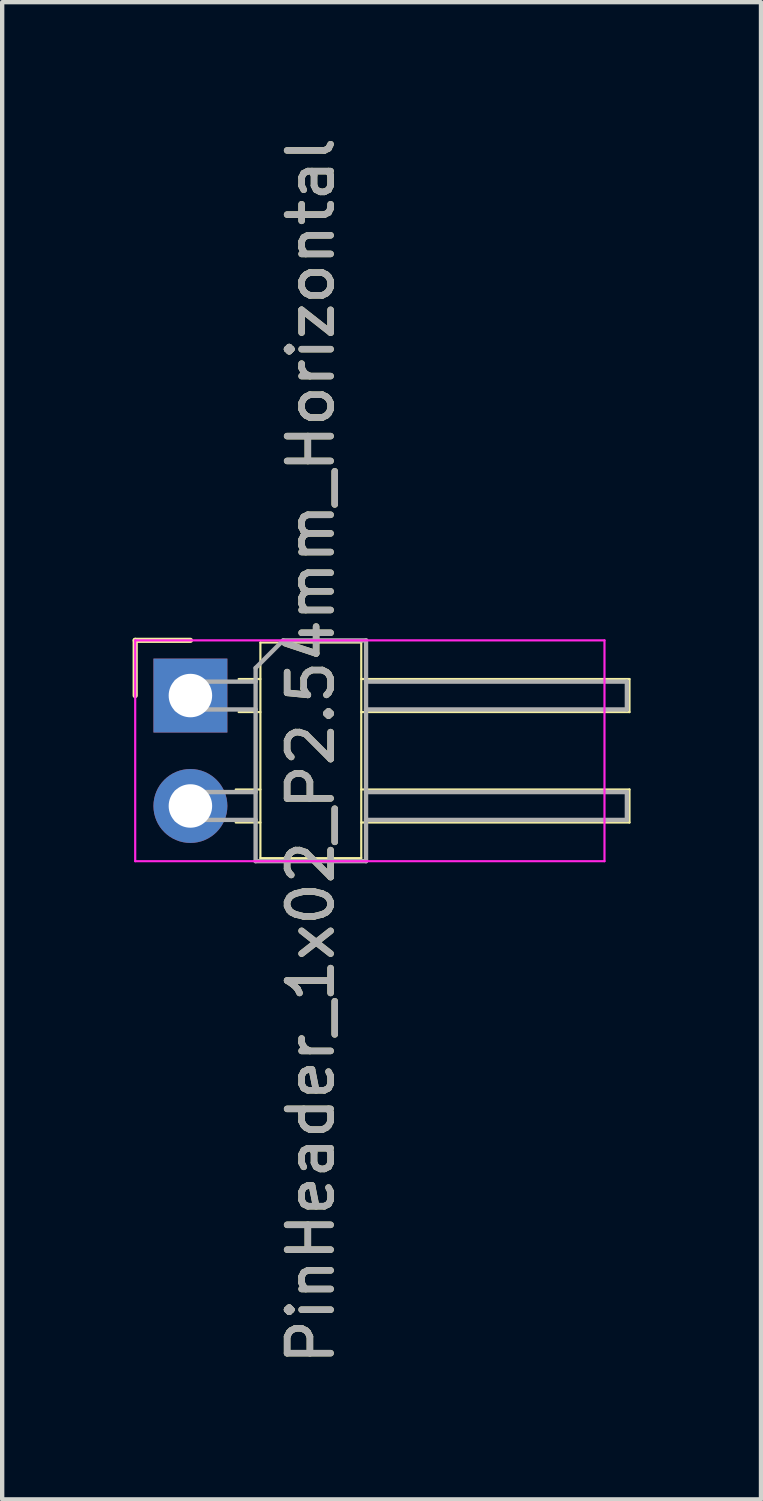
<source format=kicad_pcb>
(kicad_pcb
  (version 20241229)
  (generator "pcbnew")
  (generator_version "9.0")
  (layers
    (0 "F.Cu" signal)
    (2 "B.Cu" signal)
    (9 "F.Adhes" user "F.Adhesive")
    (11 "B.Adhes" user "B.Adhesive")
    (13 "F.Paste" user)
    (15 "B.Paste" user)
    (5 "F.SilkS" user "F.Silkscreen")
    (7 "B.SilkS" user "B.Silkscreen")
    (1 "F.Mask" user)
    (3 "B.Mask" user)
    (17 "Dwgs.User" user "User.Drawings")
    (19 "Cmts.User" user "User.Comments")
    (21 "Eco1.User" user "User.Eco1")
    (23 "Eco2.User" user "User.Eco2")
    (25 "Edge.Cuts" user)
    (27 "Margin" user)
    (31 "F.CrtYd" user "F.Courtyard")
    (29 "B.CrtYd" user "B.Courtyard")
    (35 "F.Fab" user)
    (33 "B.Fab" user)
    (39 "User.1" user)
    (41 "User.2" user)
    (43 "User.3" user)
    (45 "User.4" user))
  (footprint "PinHeader_1x02_P2.54mm_Horizontal"
    (layer "F.Cu")
    (at 1.33 12.95)
    (property "Reference" "PinHeader_1x02_P2.54mm_Horizontal" (at 2.77 1.27 90) (layer "F.SilkS") (effects (font (size 1 1) (thickness 0.15))))
    (attr through_hole)
    (fp_line (start -1.27 -1.27) (end 0 -1.27) (stroke (width 0.12) (type solid)) (layer "F.SilkS"))
    (fp_line (start -1.27 0) (end -1.27 -1.27) (stroke (width 0.12) (type solid)) (layer "F.SilkS"))
    (fp_line (start 1.043 2.16) (end 1.61 2.16) (stroke (width 0.05) (type solid)) (layer "F.SilkS"))
    (fp_line (start 1.043 2.92) (end 1.61 2.92) (stroke (width 0.05) (type solid)) (layer "F.SilkS"))
    (fp_line (start 1.11 -0.38) (end 1.61 -0.38) (stroke (width 0.05) (type solid)) (layer "F.SilkS"))
    (fp_line (start 1.11 0.38) (end 1.61 0.38) (stroke (width 0.05) (type solid)) (layer "F.SilkS"))
    (fp_line (start 1.61 -1.22) (end 1.61 3.74) (stroke (width 0.05) (type solid)) (layer "F.SilkS"))
    (fp_line (start 1.61 3.74) (end 3.93 3.74) (stroke (width 0.05) (type solid)) (layer "F.SilkS"))
    (fp_line (start 3.93 -1.22) (end 1.61 -1.22) (stroke (width 0.05) (type solid)) (layer "F.SilkS"))
    (fp_line (start 3.93 -0.38) (end 10.1 -0.38) (stroke (width 0.05) (type solid)) (layer "F.SilkS"))
    (fp_line (start 3.93 2.16) (end 10.1 2.16) (stroke (width 0.05) (type solid)) (layer "F.SilkS"))
    (fp_line (start 3.93 3.74) (end 3.93 -1.22) (stroke (width 0.05) (type solid)) (layer "F.SilkS"))
    (fp_line (start 10.1 -0.38) (end 10.1 0.38) (stroke (width 0.05) (type solid)) (layer "F.SilkS"))
    (fp_line (start 10.1 0.38) (end 3.93 0.38) (stroke (width 0.05) (type solid)) (layer "F.SilkS"))
    (fp_line (start 10.1 2.16) (end 10.1 2.92) (stroke (width 0.05) (type solid)) (layer "F.SilkS"))
    (fp_line (start 10.1 2.92) (end 3.93 2.92) (stroke (width 0.05) (type solid)) (layer "F.SilkS"))
    (fp_line (start -1.27 -1.27) (end -1.27 3.81) (stroke (width 0.05) (type solid)) (layer "F.CrtYd"))
    (fp_line (start -1.27 3.81) (end 9.525 3.81) (stroke (width 0.05) (type solid)) (layer "F.CrtYd"))
    (fp_line (start 9.525 -1.27) (end -1.27 -1.27) (stroke (width 0.05) (type solid)) (layer "F.CrtYd"))
    (fp_line (start 9.525 3.81) (end 9.525 -1.27) (stroke (width 0.05) (type solid)) (layer "F.CrtYd"))
    (fp_line (start -0.32 -0.32) (end -0.32 0.32) (stroke (width 0.1) (type solid)) (layer "F.Fab"))
    (fp_line (start -0.32 -0.32) (end 1.5 -0.32) (stroke (width 0.1) (type solid)) (layer "F.Fab"))
    (fp_line (start -0.32 0.32) (end 1.5 0.32) (stroke (width 0.1) (type solid)) (layer "F.Fab"))
    (fp_line (start -0.32 2.22) (end -0.32 2.86) (stroke (width 0.1) (type solid)) (layer "F.Fab"))
    (fp_line (start -0.32 2.22) (end 1.5 2.22) (stroke (width 0.1) (type solid)) (layer "F.Fab"))
    (fp_line (start -0.32 2.86) (end 1.5 2.86) (stroke (width 0.1) (type solid)) (layer "F.Fab"))
    (fp_line (start 1.5 -0.635) (end 2.135 -1.27) (stroke (width 0.1) (type solid)) (layer "F.Fab"))
    (fp_line (start 1.5 3.81) (end 1.5 -0.635) (stroke (width 0.1) (type solid)) (layer "F.Fab"))
    (fp_line (start 2.135 -1.27) (end 4.04 -1.27) (stroke (width 0.1) (type solid)) (layer "F.Fab"))
    (fp_line (start 4.04 -1.27) (end 4.04 3.81) (stroke (width 0.1) (type solid)) (layer "F.Fab"))
    (fp_line (start 4.04 -0.32) (end 10.04 -0.32) (stroke (width 0.1) (type solid)) (layer "F.Fab"))
    (fp_line (start 4.04 0.32) (end 10.04 0.32) (stroke (width 0.1) (type solid)) (layer "F.Fab"))
    (fp_line (start 4.04 2.22) (end 10.04 2.22) (stroke (width 0.1) (type solid)) (layer "F.Fab"))
    (fp_line (start 4.04 2.86) (end 10.04 2.86) (stroke (width 0.1) (type solid)) (layer "F.Fab"))
    (fp_line (start 4.04 3.81) (end 1.5 3.81) (stroke (width 0.1) (type solid)) (layer "F.Fab"))
    (fp_line (start 10.04 -0.32) (end 10.04 0.32) (stroke (width 0.1) (type solid)) (layer "F.Fab"))
    (fp_line (start 10.04 2.22) (end 10.04 2.86) (stroke (width 0.1) (type solid)) (layer "F.Fab"))
    (fp_text user "${REFERENCE}" (at 2.77 1.27 90) (layer "F.Fab") (effects (font (size 1 1) (thickness 0.15))))
    (pad "1" thru_hole rect (at 0 0) (size 1.7 1.7) (drill 1) (layers "*.Cu" "*.Mask"))
    (pad "2" thru_hole oval (at 0 2.54) (size 1.7 1.7) (drill 1) (layers "*.Cu" "*.Mask")))
  (gr_rect
    (start -3 -3)
    (end 14.455 31.44)
    (stroke (width 0.1) (type default))
    (fill no)
    (layer "Edge.Cuts")))
</source>
